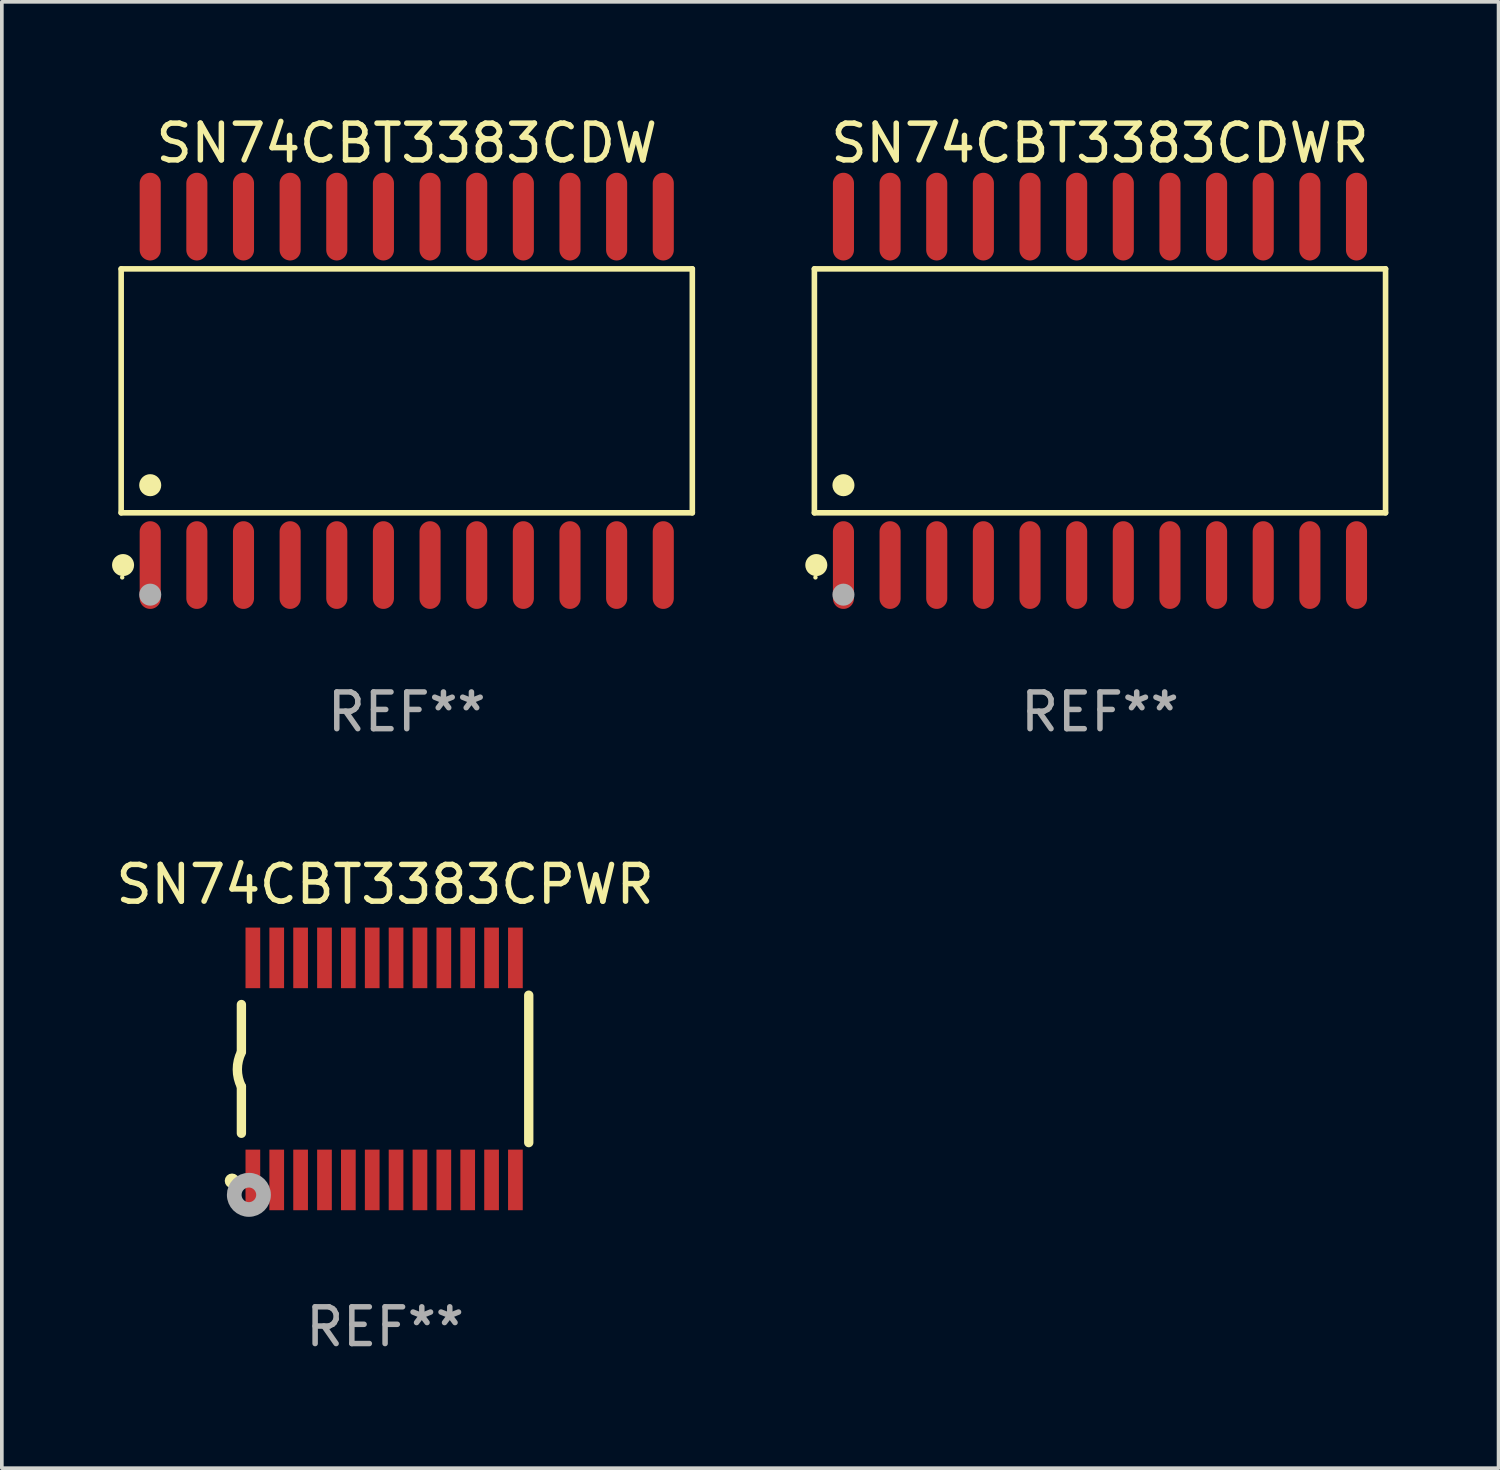
<source format=kicad_pcb>
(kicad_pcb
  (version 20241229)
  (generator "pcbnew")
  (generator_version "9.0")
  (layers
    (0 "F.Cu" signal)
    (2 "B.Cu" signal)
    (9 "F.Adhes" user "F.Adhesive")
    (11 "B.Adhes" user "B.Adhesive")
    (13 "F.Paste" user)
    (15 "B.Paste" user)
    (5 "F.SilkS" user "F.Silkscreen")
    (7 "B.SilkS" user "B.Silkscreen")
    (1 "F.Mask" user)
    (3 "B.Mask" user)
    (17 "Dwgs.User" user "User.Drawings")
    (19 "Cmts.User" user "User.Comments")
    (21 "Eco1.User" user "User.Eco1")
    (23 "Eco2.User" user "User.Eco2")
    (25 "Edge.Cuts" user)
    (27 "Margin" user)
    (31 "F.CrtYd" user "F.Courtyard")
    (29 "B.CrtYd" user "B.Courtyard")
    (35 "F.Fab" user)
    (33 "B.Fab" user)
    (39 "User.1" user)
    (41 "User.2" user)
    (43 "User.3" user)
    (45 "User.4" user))
  (footprint "SN74CBT3383CDW"
    (layer "F.Cu")
    (at 8.025 7.592)
    (property "Reference" "SN74CBT3383CDW" (at 0 -6.744 0) (layer "F.SilkS") (effects (font (size 1 1) (thickness 0.15))))
    (attr through_hole)
    (fp_line (start -7.776 -3.321) (end 7.776 -3.321) (stroke (width 0.152) (type solid)) (layer "F.SilkS"))
    (fp_line (start -7.776 3.321) (end -7.776 -3.321) (stroke (width 0.152) (type solid)) (layer "F.SilkS"))
    (fp_line (start 7.776 -3.321) (end 7.776 3.321) (stroke (width 0.152) (type solid)) (layer "F.SilkS"))
    (fp_line (start 7.776 3.321) (end -7.776 3.321) (stroke (width 0.152) (type solid)) (layer "F.SilkS"))
    (fp_circle (center -7.747 5.08) (end -7.717 5.08) (stroke (width 0.06) (type solid)) (fill no) (layer "F.SilkS"))
    (fp_circle (center -7.724 4.744) (end -7.574 4.744) (stroke (width 0.3) (type solid)) (fill no) (layer "F.SilkS"))
    (fp_circle (center -6.985 2.569) (end -6.835 2.569) (stroke (width 0.3) (type solid)) (fill no) (layer "F.SilkS"))
    (fp_circle (center -6.985 5.55) (end -6.835 5.55) (stroke (width 0.3) (type solid)) (fill no) (layer "F.Fab"))
    (fp_text user "REF**" (at 0 8.744 0) (layer "F.Fab") (effects (font (size 1 1) (thickness 0.15))))
    (pad "1" smd oval (at -6.985 4.744) (size 0.574 2.388) (layers "F.Cu" "F.Mask" "F.Paste"))
    (pad "2" smd oval (at -5.715 4.744) (size 0.574 2.388) (layers "F.Cu" "F.Mask" "F.Paste"))
    (pad "3" smd oval (at -4.445 4.744) (size 0.574 2.388) (layers "F.Cu" "F.Mask" "F.Paste"))
    (pad "4" smd oval (at -3.175 4.744) (size 0.574 2.388) (layers "F.Cu" "F.Mask" "F.Paste"))
    (pad "5" smd oval (at -1.905 4.744) (size 0.574 2.388) (layers "F.Cu" "F.Mask" "F.Paste"))
    (pad "6" smd oval (at -0.635 4.744) (size 0.574 2.388) (layers "F.Cu" "F.Mask" "F.Paste"))
    (pad "7" smd oval (at 0.635 4.744) (size 0.574 2.388) (layers "F.Cu" "F.Mask" "F.Paste"))
    (pad "8" smd oval (at 1.905 4.744) (size 0.574 2.388) (layers "F.Cu" "F.Mask" "F.Paste"))
    (pad "9" smd oval (at 3.175 4.744) (size 0.574 2.388) (layers "F.Cu" "F.Mask" "F.Paste"))
    (pad "10" smd oval (at 4.445 4.744) (size 0.574 2.388) (layers "F.Cu" "F.Mask" "F.Paste"))
    (pad "11" smd oval (at 5.715 4.744) (size 0.574 2.388) (layers "F.Cu" "F.Mask" "F.Paste"))
    (pad "12" smd oval (at 6.985 4.744) (size 0.574 2.388) (layers "F.Cu" "F.Mask" "F.Paste"))
    (pad "13" smd oval (at 6.985 -4.744) (size 0.574 2.388) (layers "F.Cu" "F.Mask" "F.Paste"))
    (pad "14" smd oval (at 5.715 -4.744) (size 0.574 2.388) (layers "F.Cu" "F.Mask" "F.Paste"))
    (pad "15" smd oval (at 4.445 -4.744) (size 0.574 2.388) (layers "F.Cu" "F.Mask" "F.Paste"))
    (pad "16" smd oval (at 3.175 -4.744) (size 0.574 2.388) (layers "F.Cu" "F.Mask" "F.Paste"))
    (pad "17" smd oval (at 1.905 -4.744) (size 0.574 2.388) (layers "F.Cu" "F.Mask" "F.Paste"))
    (pad "18" smd oval (at 0.635 -4.744) (size 0.574 2.388) (layers "F.Cu" "F.Mask" "F.Paste"))
    (pad "19" smd oval (at -0.635 -4.744) (size 0.574 2.388) (layers "F.Cu" "F.Mask" "F.Paste"))
    (pad "20" smd oval (at -1.905 -4.744) (size 0.574 2.388) (layers "F.Cu" "F.Mask" "F.Paste"))
    (pad "21" smd oval (at -3.175 -4.744) (size 0.574 2.388) (layers "F.Cu" "F.Mask" "F.Paste"))
    (pad "22" smd oval (at -4.445 -4.744) (size 0.574 2.388) (layers "F.Cu" "F.Mask" "F.Paste"))
    (pad "23" smd oval (at -5.715 -4.744) (size 0.574 2.388) (layers "F.Cu" "F.Mask" "F.Paste"))
    (pad "24" smd oval (at -6.985 -4.744) (size 0.574 2.388) (layers "F.Cu" "F.Mask" "F.Paste")))
  (footprint "SN74CBT3383CPWR"
    (layer "F.Cu")
    (at 7.435 26.055)
    (property "Reference" "SN74CBT3383CPWR" (at 0 -5.023 0) (layer "F.SilkS") (effects (font (size 1 1) (thickness 0.15))))
    (attr through_hole)
    (fp_line (start -3.912 -0.483) (end -3.912 -1.753) (stroke (width 0.254) (type solid)) (layer "F.SilkS"))
    (fp_line (start -3.912 1.753) (end -3.912 0.483) (stroke (width 0.254) (type solid)) (layer "F.SilkS"))
    (fp_line (start 3.912 -2.007) (end 3.912 2.007) (stroke (width 0.254) (type solid)) (layer "F.SilkS"))
    (fp_arc (start -3.911608 0.482601) (mid -4.022537 0.0127) (end -3.911608 -0.457201) (stroke (width 0.254001) (type solid)) (layer "F.SilkS"))
    (fp_circle (center -4.166 3.048) (end -4.066 3.048) (stroke (width 0.2) (type solid)) (fill no) (layer "F.SilkS"))
    (fp_circle (center -3.925 3.186) (end -3.895 3.186) (stroke (width 0.06) (type solid)) (fill no) (layer "F.SilkS"))
    (fp_circle (center -3.708 3.429) (end -3.509 3.429) (stroke (width 0.4) (type solid)) (fill no) (layer "F.Fab"))
    (fp_text user "REF**" (at 0 7.023 0) (layer "F.Fab") (effects (font (size 1 1) (thickness 0.15))))
    (pad "1" smd rect (at -3.6 3.023) (size 0.4 1.65) (layers "F.Cu" "F.Mask" "F.Paste"))
    (pad "2" smd rect (at -2.95 3.023) (size 0.4 1.65) (layers "F.Cu" "F.Mask" "F.Paste"))
    (pad "3" smd rect (at -2.3 3.023) (size 0.4 1.65) (layers "F.Cu" "F.Mask" "F.Paste"))
    (pad "4" smd rect (at -1.65 3.023) (size 0.4 1.65) (layers "F.Cu" "F.Mask" "F.Paste"))
    (pad "5" smd rect (at -1 3.023) (size 0.4 1.65) (layers "F.Cu" "F.Mask" "F.Paste"))
    (pad "6" smd rect (at -0.35 3.023) (size 0.4 1.65) (layers "F.Cu" "F.Mask" "F.Paste"))
    (pad "7" smd rect (at 0.299 3.023) (size 0.4 1.65) (layers "F.Cu" "F.Mask" "F.Paste"))
    (pad "8" smd rect (at 0.95 3.023) (size 0.4 1.65) (layers "F.Cu" "F.Mask" "F.Paste"))
    (pad "9" smd rect (at 1.6 3.023) (size 0.4 1.65) (layers "F.Cu" "F.Mask" "F.Paste"))
    (pad "10" smd rect (at 2.25 3.023) (size 0.4 1.65) (layers "F.Cu" "F.Mask" "F.Paste"))
    (pad "11" smd rect (at 2.9 3.023) (size 0.4 1.65) (layers "F.Cu" "F.Mask" "F.Paste"))
    (pad "12" smd rect (at 3.549 3.023) (size 0.4 1.65) (layers "F.Cu" "F.Mask" "F.Paste"))
    (pad "13" smd rect (at 3.549 -3.023) (size 0.4 1.65) (layers "F.Cu" "F.Mask" "F.Paste"))
    (pad "14" smd rect (at 2.9 -3.023) (size 0.4 1.65) (layers "F.Cu" "F.Mask" "F.Paste"))
    (pad "15" smd rect (at 2.25 -3.023) (size 0.4 1.65) (layers "F.Cu" "F.Mask" "F.Paste"))
    (pad "16" smd rect (at 1.6 -3.023) (size 0.4 1.65) (layers "F.Cu" "F.Mask" "F.Paste"))
    (pad "17" smd rect (at 0.95 -3.023) (size 0.4 1.65) (layers "F.Cu" "F.Mask" "F.Paste"))
    (pad "18" smd rect (at 0.299 -3.023) (size 0.4 1.65) (layers "F.Cu" "F.Mask" "F.Paste"))
    (pad "19" smd rect (at -0.35 -3.023) (size 0.4 1.65) (layers "F.Cu" "F.Mask" "F.Paste"))
    (pad "20" smd rect (at -1 -3.023) (size 0.4 1.65) (layers "F.Cu" "F.Mask" "F.Paste"))
    (pad "21" smd rect (at -1.65 -3.023) (size 0.4 1.65) (layers "F.Cu" "F.Mask" "F.Paste"))
    (pad "22" smd rect (at -2.3 -3.023) (size 0.4 1.65) (layers "F.Cu" "F.Mask" "F.Paste"))
    (pad "23" smd rect (at -2.95 -3.023) (size 0.4 1.65) (layers "F.Cu" "F.Mask" "F.Paste"))
    (pad "24" smd rect (at -3.6 -3.023) (size 0.4 1.65) (layers "F.Cu" "F.Mask" "F.Paste")))
  (footprint "SN74CBT3383CDWR"
    (layer "F.Cu")
    (at 26.901 7.592)
    (property "Reference" "SN74CBT3383CDWR" (at 0 -6.744 0) (layer "F.SilkS") (effects (font (size 1 1) (thickness 0.15))))
    (attr through_hole)
    (fp_line (start -7.776 -3.321) (end 7.776 -3.321) (stroke (width 0.152) (type solid)) (layer "F.SilkS"))
    (fp_line (start -7.776 3.321) (end -7.776 -3.321) (stroke (width 0.152) (type solid)) (layer "F.SilkS"))
    (fp_line (start 7.776 -3.321) (end 7.776 3.321) (stroke (width 0.152) (type solid)) (layer "F.SilkS"))
    (fp_line (start 7.776 3.321) (end -7.776 3.321) (stroke (width 0.152) (type solid)) (layer "F.SilkS"))
    (fp_circle (center -7.747 5.08) (end -7.717 5.08) (stroke (width 0.06) (type solid)) (fill no) (layer "F.SilkS"))
    (fp_circle (center -7.724 4.744) (end -7.574 4.744) (stroke (width 0.3) (type solid)) (fill no) (layer "F.SilkS"))
    (fp_circle (center -6.985 2.569) (end -6.835 2.569) (stroke (width 0.3) (type solid)) (fill no) (layer "F.SilkS"))
    (fp_circle (center -6.985 5.55) (end -6.835 5.55) (stroke (width 0.3) (type solid)) (fill no) (layer "F.Fab"))
    (fp_text user "REF**" (at 0 8.744 0) (layer "F.Fab") (effects (font (size 1 1) (thickness 0.15))))
    (pad "1" smd oval (at -6.985 4.744) (size 0.574 2.388) (layers "F.Cu" "F.Mask" "F.Paste"))
    (pad "2" smd oval (at -5.715 4.744) (size 0.574 2.388) (layers "F.Cu" "F.Mask" "F.Paste"))
    (pad "3" smd oval (at -4.445 4.744) (size 0.574 2.388) (layers "F.Cu" "F.Mask" "F.Paste"))
    (pad "4" smd oval (at -3.175 4.744) (size 0.574 2.388) (layers "F.Cu" "F.Mask" "F.Paste"))
    (pad "5" smd oval (at -1.905 4.744) (size 0.574 2.388) (layers "F.Cu" "F.Mask" "F.Paste"))
    (pad "6" smd oval (at -0.635 4.744) (size 0.574 2.388) (layers "F.Cu" "F.Mask" "F.Paste"))
    (pad "7" smd oval (at 0.635 4.744) (size 0.574 2.388) (layers "F.Cu" "F.Mask" "F.Paste"))
    (pad "8" smd oval (at 1.905 4.744) (size 0.574 2.388) (layers "F.Cu" "F.Mask" "F.Paste"))
    (pad "9" smd oval (at 3.175 4.744) (size 0.574 2.388) (layers "F.Cu" "F.Mask" "F.Paste"))
    (pad "10" smd oval (at 4.445 4.744) (size 0.574 2.388) (layers "F.Cu" "F.Mask" "F.Paste"))
    (pad "11" smd oval (at 5.715 4.744) (size 0.574 2.388) (layers "F.Cu" "F.Mask" "F.Paste"))
    (pad "12" smd oval (at 6.985 4.744) (size 0.574 2.388) (layers "F.Cu" "F.Mask" "F.Paste"))
    (pad "13" smd oval (at 6.985 -4.744) (size 0.574 2.388) (layers "F.Cu" "F.Mask" "F.Paste"))
    (pad "14" smd oval (at 5.715 -4.744) (size 0.574 2.388) (layers "F.Cu" "F.Mask" "F.Paste"))
    (pad "15" smd oval (at 4.445 -4.744) (size 0.574 2.388) (layers "F.Cu" "F.Mask" "F.Paste"))
    (pad "16" smd oval (at 3.175 -4.744) (size 0.574 2.388) (layers "F.Cu" "F.Mask" "F.Paste"))
    (pad "17" smd oval (at 1.905 -4.744) (size 0.574 2.388) (layers "F.Cu" "F.Mask" "F.Paste"))
    (pad "18" smd oval (at 0.635 -4.744) (size 0.574 2.388) (layers "F.Cu" "F.Mask" "F.Paste"))
    (pad "19" smd oval (at -0.635 -4.744) (size 0.574 2.388) (layers "F.Cu" "F.Mask" "F.Paste"))
    (pad "20" smd oval (at -1.905 -4.744) (size 0.574 2.388) (layers "F.Cu" "F.Mask" "F.Paste"))
    (pad "21" smd oval (at -3.175 -4.744) (size 0.574 2.388) (layers "F.Cu" "F.Mask" "F.Paste"))
    (pad "22" smd oval (at -4.445 -4.744) (size 0.574 2.388) (layers "F.Cu" "F.Mask" "F.Paste"))
    (pad "23" smd oval (at -5.715 -4.744) (size 0.574 2.388) (layers "F.Cu" "F.Mask" "F.Paste"))
    (pad "24" smd oval (at -6.985 -4.744) (size 0.574 2.388) (layers "F.Cu" "F.Mask" "F.Paste")))
  (gr_rect
    (start -3 -3)
    (end 37.754 36.926)
    (stroke (width 0.1) (type default))
    (fill no)
    (layer "Edge.Cuts")))
</source>
